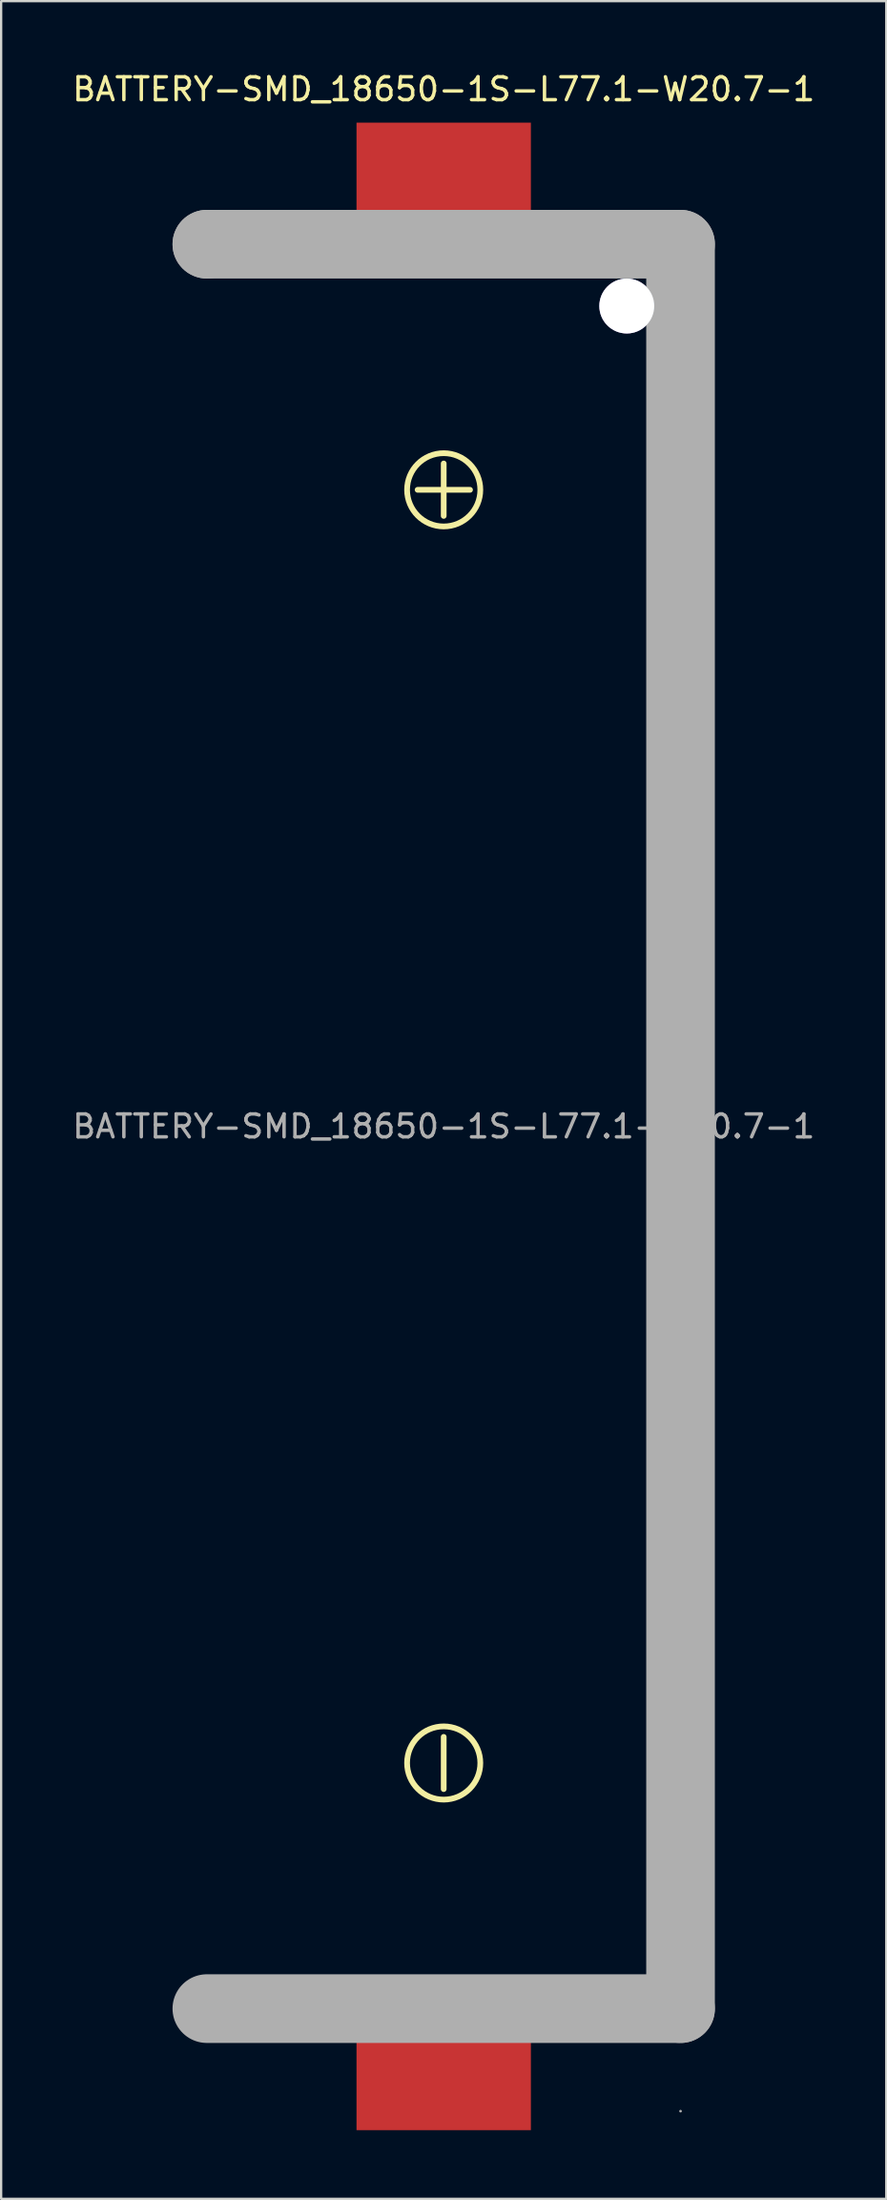
<source format=kicad_pcb>
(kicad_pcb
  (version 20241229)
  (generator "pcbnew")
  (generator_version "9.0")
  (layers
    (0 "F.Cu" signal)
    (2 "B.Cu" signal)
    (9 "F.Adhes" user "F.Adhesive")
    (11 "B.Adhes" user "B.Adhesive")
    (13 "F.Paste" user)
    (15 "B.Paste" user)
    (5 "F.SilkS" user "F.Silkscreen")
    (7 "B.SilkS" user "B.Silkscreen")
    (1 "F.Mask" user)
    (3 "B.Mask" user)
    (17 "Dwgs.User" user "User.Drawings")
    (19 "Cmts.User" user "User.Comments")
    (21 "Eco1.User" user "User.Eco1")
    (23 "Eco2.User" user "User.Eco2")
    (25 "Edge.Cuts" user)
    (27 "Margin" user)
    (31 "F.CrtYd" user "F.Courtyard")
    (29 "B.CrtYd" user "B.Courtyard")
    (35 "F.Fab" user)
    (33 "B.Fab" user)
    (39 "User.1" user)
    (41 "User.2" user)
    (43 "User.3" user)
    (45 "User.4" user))
  (footprint "BATTERY-SMD_18650-1S-L77.1-W20.7-1"
    (layer "F.Cu")
    (at 16.339 46.158)
    (property "Reference" "BATTERY-SMD_18650-1S-L77.1-W20.7-1" (at 0 -45.31 0) (layer "F.SilkS") (effects (font (size 1 1) (thickness 0.15))))
    (attr smd)
    (fp_line (start 0 -28.96) (end 0 -26.67) (stroke (width 0.25) (type solid)) (layer "F.SilkS"))
    (fp_line (start 0 26.67) (end 0 28.95) (stroke (width 0.25) (type solid)) (layer "F.SilkS"))
    (fp_line (start 1.15 -27.81) (end -1.14 -27.81) (stroke (width 0.25) (type solid)) (layer "F.SilkS"))
    (fp_circle (center 0 -27.81) (end 1.6 -27.81) (stroke (width 0.25) (type solid)) (fill no) (layer "F.SilkS"))
    (fp_circle (center 0 27.81) (end 1.6 27.81) (stroke (width 0.25) (type solid)) (fill no) (layer "F.SilkS"))
    (fp_circle (center 8 -35.84) (end 8.39 -35.84) (stroke (width 0.79) (type solid)) (fill no) (layer "Cmts.User"))
    (fp_line (start -10.35 -38.54) (end -10.35 -38.54) (stroke (width 3) (type solid)) (layer "F.Fab"))
    (fp_line (start -10.35 -38.54) (end 10.35 -38.54) (stroke (width 3) (type solid)) (layer "F.Fab"))
    (fp_line (start 10.35 -38.54) (end 10.35 38.54) (stroke (width 3) (type solid)) (layer "F.Fab"))
    (fp_line (start 10.35 38.54) (end -10.35 38.54) (stroke (width 3) (type solid)) (layer "F.Fab"))
    (fp_circle (center 10.35 43.02) (end 10.38 43.02) (stroke (width 0.06) (type solid)) (fill no) (layer "F.Fab"))
    (fp_text user "${REFERENCE}" (at 0 0 0) (layer "F.Fab") (effects (font (size 1 1) (thickness 0.15))))
    (pad "" thru_hole circle (at 8 -35.84) (size 2.4 2.4) (drill 2.4) (layers "*.Cu" "*.Mask"))
    (pad "1" smd rect (at 0 41.31) (size 7.62 5.08) (layers "F.Cu" "F.Mask" "F.Paste"))
    (pad "2" smd rect (at 0 -41.31) (size 7.62 5.08) (layers "F.Cu" "F.Mask" "F.Paste")))
  (gr_rect
    (start -3 -3)
    (end 35.679 93.008)
    (stroke (width 0.1) (type default))
    (fill no)
    (layer "Edge.Cuts")))
</source>
